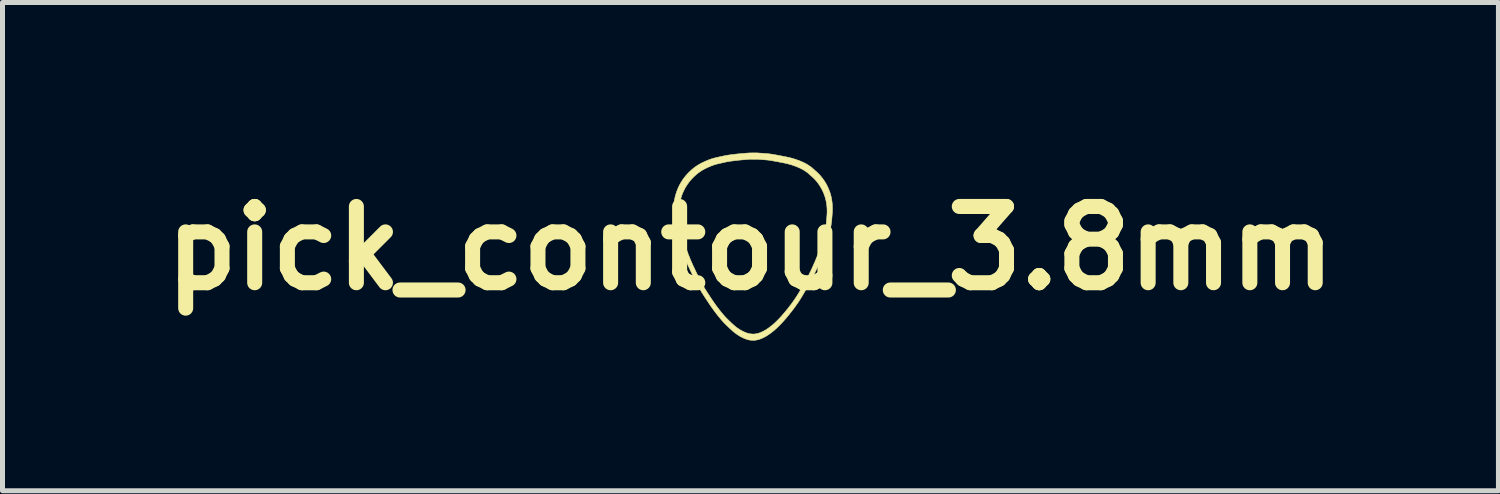
<source format=kicad_pcb>
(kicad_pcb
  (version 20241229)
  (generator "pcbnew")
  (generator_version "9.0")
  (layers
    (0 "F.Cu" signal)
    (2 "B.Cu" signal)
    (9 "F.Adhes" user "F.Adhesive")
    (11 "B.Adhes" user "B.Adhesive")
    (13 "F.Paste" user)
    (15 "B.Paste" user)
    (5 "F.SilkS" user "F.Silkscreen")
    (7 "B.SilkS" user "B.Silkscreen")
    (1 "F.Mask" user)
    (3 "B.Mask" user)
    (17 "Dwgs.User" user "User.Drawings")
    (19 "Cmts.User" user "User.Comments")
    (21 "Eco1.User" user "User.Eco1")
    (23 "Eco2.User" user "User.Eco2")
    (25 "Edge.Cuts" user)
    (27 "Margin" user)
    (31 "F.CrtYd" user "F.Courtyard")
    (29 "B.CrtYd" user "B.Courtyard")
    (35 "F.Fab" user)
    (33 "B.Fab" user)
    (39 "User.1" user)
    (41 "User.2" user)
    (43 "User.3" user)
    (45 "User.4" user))
  (footprint "pick_contour_3.8mm"
    (layer "F.Cu")
    (at 11.945 1.91)
    (property "Reference" "pick_contour_3.8mm" (at 0 0 0) (layer "F.SilkS") (effects (font (size 1.524 1.524) (thickness 0.3))))
    (attr through_hole)
    (fp_poly (pts (xy 0.169 -1.902) (xy 0.191 -1.901) (xy 0.212 -1.899) (xy 0.231 -1.898) (xy 0.249 -1.897) (xy 0.267 -1.895) (xy 0.283 -1.894) (xy 0.298 -1.893) (xy 0.313 -1.892) (xy 0.326 -1.891) (xy 0.338 -1.89) (xy 0.35 -1.889) (xy 0.361 -1.888) (xy 0.371 -1.886) (xy 0.381 -1.885) (xy 0.39 -1.884) (xy 0.398 -1.883) (xy 0.406 -1.882) (xy 0.407 -1.882) (xy 0.413 -1.881) (xy 0.421 -1.88) (xy 0.429 -1.879) (xy 0.439 -1.877) (xy 0.449 -1.875) (xy 0.461 -1.873) (xy 0.473 -1.871) (xy 0.486 -1.869) (xy 0.5 -1.866) (xy 0.514 -1.864) (xy 0.529 -1.861) (xy 0.545 -1.858) (xy 0.561 -1.855) (xy 0.565 -1.854) (xy 0.578 -1.852) (xy 0.592 -1.849) (xy 0.605 -1.847) (xy 0.619 -1.844) (xy 0.633 -1.841) (xy 0.646 -1.839) (xy 0.659 -1.836) (xy 0.671 -1.834) (xy 0.683 -1.832) (xy 0.694 -1.829) (xy 0.705 -1.827) (xy 0.715 -1.825) (xy 0.724 -1.823) (xy 0.732 -1.822) (xy 0.739 -1.82) (xy 0.745 -1.819) (xy 0.747 -1.819) (xy 0.789 -1.809) (xy 0.83 -1.798) (xy 0.871 -1.786) (xy 0.91 -1.773) (xy 0.95 -1.759) (xy 0.988 -1.745) (xy 1.021 -1.731) (xy 1.047 -1.719) (xy 1.073 -1.707) (xy 1.098 -1.694) (xy 1.123 -1.681) (xy 1.146 -1.667) (xy 1.161 -1.657) (xy 1.172 -1.65) (xy 1.182 -1.643) (xy 1.192 -1.636) (xy 1.202 -1.629) (xy 1.211 -1.622) (xy 1.221 -1.615) (xy 1.231 -1.607) (xy 1.241 -1.598) (xy 1.251 -1.589) (xy 1.263 -1.579) (xy 1.268 -1.574) (xy 1.273 -1.569) (xy 1.279 -1.564) (xy 1.285 -1.559) (xy 1.291 -1.553) (xy 1.297 -1.548) (xy 1.302 -1.543) (xy 1.304 -1.542) (xy 1.311 -1.536) (xy 1.317 -1.53) (xy 1.323 -1.525) (xy 1.328 -1.521) (xy 1.332 -1.516) (xy 1.337 -1.512) (xy 1.341 -1.508) (xy 1.346 -1.503) (xy 1.351 -1.498) (xy 1.352 -1.497) (xy 1.376 -1.473) (xy 1.399 -1.448) (xy 1.42 -1.422) (xy 1.441 -1.396) (xy 1.461 -1.368) (xy 1.48 -1.34) (xy 1.498 -1.311) (xy 1.516 -1.281) (xy 1.532 -1.25) (xy 1.534 -1.245) (xy 1.549 -1.214) (xy 1.563 -1.182) (xy 1.575 -1.151) (xy 1.587 -1.12) (xy 1.597 -1.088) (xy 1.606 -1.056) (xy 1.614 -1.023) (xy 1.621 -0.99) (xy 1.625 -0.966) (xy 1.628 -0.944) (xy 1.631 -0.92) (xy 1.634 -0.896) (xy 1.636 -0.871) (xy 1.637 -0.846) (xy 1.638 -0.821) (xy 1.639 -0.796) (xy 1.639 -0.772) (xy 1.639 -0.768) (xy 1.639 -0.765) (xy 1.639 -0.761) (xy 1.638 -0.758) (xy 1.638 -0.755) (xy 1.638 -0.752) (xy 1.638 -0.748) (xy 1.638 -0.745) (xy 1.638 -0.741) (xy 1.638 -0.737) (xy 1.637 -0.733) (xy 1.637 -0.729) (xy 1.637 -0.723) (xy 1.636 -0.718) (xy 1.636 -0.711) (xy 1.635 -0.704) (xy 1.635 -0.697) (xy 1.634 -0.688) (xy 1.633 -0.679) (xy 1.633 -0.668) (xy 1.632 -0.657) (xy 1.631 -0.645) (xy 1.63 -0.631) (xy 1.629 -0.617) (xy 1.628 -0.616) (xy 1.627 -0.598) (xy 1.626 -0.582) (xy 1.624 -0.566) (xy 1.623 -0.551) (xy 1.621 -0.537) (xy 1.62 -0.523) (xy 1.618 -0.51) (xy 1.616 -0.497) (xy 1.615 -0.484) (xy 1.613 -0.472) (xy 1.611 -0.459) (xy 1.608 -0.447) (xy 1.606 -0.433) (xy 1.604 -0.42) (xy 1.601 -0.406) (xy 1.597 -0.386) (xy 1.592 -0.365) (xy 1.588 -0.344) (xy 1.583 -0.323) (xy 1.577 -0.301) (xy 1.572 -0.279) (xy 1.566 -0.256) (xy 1.56 -0.232) (xy 1.553 -0.208) (xy 1.546 -0.183) (xy 1.538 -0.157) (xy 1.53 -0.129) (xy 1.527 -0.119) (xy 1.519 -0.09) (xy 1.51 -0.06) (xy 1.5 -0.031) (xy 1.491 -0.002) (xy 1.481 0.027) (xy 1.47 0.057) (xy 1.459 0.086) (xy 1.448 0.116) (xy 1.436 0.147) (xy 1.424 0.178) (xy 1.412 0.209) (xy 1.398 0.242) (xy 1.384 0.274) (xy 1.37 0.308) (xy 1.355 0.342) (xy 1.339 0.378) (xy 1.323 0.414) (xy 1.317 0.428) (xy 1.306 0.451) (xy 1.295 0.474) (xy 1.284 0.497) (xy 1.274 0.519) (xy 1.263 0.542) (xy 1.251 0.564) (xy 1.24 0.587) (xy 1.228 0.61) (xy 1.216 0.633) (xy 1.204 0.656) (xy 1.191 0.68) (xy 1.177 0.705) (xy 1.163 0.73) (xy 1.149 0.756) (xy 1.133 0.783) (xy 1.122 0.804) (xy 1.117 0.813) (xy 1.111 0.822) (xy 1.106 0.832) (xy 1.1 0.842) (xy 1.094 0.852) (xy 1.088 0.863) (xy 1.082 0.874) (xy 1.075 0.884) (xy 1.069 0.895) (xy 1.063 0.905) (xy 1.057 0.916) (xy 1.052 0.925) (xy 1.046 0.934) (xy 1.041 0.943) (xy 1.037 0.951) (xy 1.033 0.958) (xy 1.029 0.964) (xy 1.026 0.968) (xy 1.005 1.003) (xy 0.982 1.038) (xy 0.959 1.074) (xy 0.935 1.109) (xy 0.909 1.145) (xy 0.883 1.182) (xy 0.856 1.218) (xy 0.828 1.255) (xy 0.798 1.292) (xy 0.768 1.33) (xy 0.737 1.368) (xy 0.713 1.397) (xy 0.688 1.425) (xy 0.665 1.452) (xy 0.641 1.478) (xy 0.618 1.503) (xy 0.596 1.526) (xy 0.573 1.549) (xy 0.551 1.571) (xy 0.529 1.592) (xy 0.507 1.612) (xy 0.484 1.633) (xy 0.46 1.653) (xy 0.436 1.672) (xy 0.413 1.69) (xy 0.39 1.707) (xy 0.366 1.724) (xy 0.343 1.739) (xy 0.321 1.753) (xy 0.298 1.766) (xy 0.276 1.778) (xy 0.254 1.789) (xy 0.232 1.799) (xy 0.211 1.808) (xy 0.19 1.816) (xy 0.173 1.821) (xy 0.162 1.825) (xy 0.15 1.828) (xy 0.139 1.83) (xy 0.127 1.833) (xy 0.114 1.835) (xy 0.101 1.838) (xy 0.091 1.839) (xy 0.087 1.839) (xy 0.082 1.84) (xy 0.076 1.84) (xy 0.07 1.841) (xy 0.064 1.841) (xy 0.058 1.841) (xy 0.053 1.841) (xy 0.048 1.841) (xy 0.045 1.841) (xy 0.035 1.84) (xy 0.026 1.84) (xy 0.018 1.839) (xy 0.011 1.838) (xy 0.005 1.838) (xy -0.001 1.837) (xy -0.007 1.836) (xy -0.013 1.835) (xy -0.018 1.834) (xy -0.024 1.833) (xy -0.03 1.832) (xy -0.031 1.832) (xy -0.047 1.828) (xy -0.064 1.824) (xy -0.081 1.818) (xy -0.098 1.812) (xy -0.116 1.805) (xy -0.135 1.797) (xy -0.154 1.788) (xy -0.174 1.778) (xy -0.203 1.763) (xy -0.231 1.746) (xy -0.258 1.729) (xy -0.285 1.71) (xy -0.311 1.691) (xy -0.336 1.671) (xy -0.346 1.663) (xy -0.354 1.656) (xy -0.363 1.648) (xy -0.372 1.639) (xy -0.382 1.63) (xy -0.393 1.621) (xy -0.404 1.61) (xy -0.415 1.6) (xy -0.426 1.589) (xy -0.437 1.579) (xy -0.449 1.568) (xy -0.46 1.557) (xy -0.471 1.546) (xy -0.482 1.536) (xy -0.492 1.526) (xy -0.502 1.516) (xy -0.512 1.506) (xy -0.52 1.498) (xy -0.528 1.49) (xy -0.535 1.483) (xy -0.544 1.472) (xy -0.555 1.461) (xy -0.566 1.448) (xy -0.577 1.435) (xy -0.589 1.421) (xy -0.602 1.406) (xy -0.614 1.391) (xy -0.627 1.375) (xy -0.64 1.359) (xy -0.654 1.343) (xy -0.667 1.326) (xy -0.68 1.309) (xy -0.693 1.292) (xy -0.706 1.275) (xy -0.719 1.258) (xy -0.731 1.241) (xy -0.742 1.226) (xy -0.748 1.218) (xy -0.754 1.21) (xy -0.76 1.202) (xy -0.765 1.195) (xy -0.77 1.187) (xy -0.776 1.18) (xy -0.781 1.172) (xy -0.787 1.164) (xy -0.792 1.156) (xy -0.798 1.147) (xy -0.804 1.138) (xy -0.811 1.128) (xy -0.818 1.118) (xy -0.826 1.107) (xy -0.834 1.095) (xy -0.842 1.082) (xy -0.845 1.077) (xy -0.86 1.055) (xy -0.874 1.034) (xy -0.887 1.014) (xy -0.9 0.995) (xy -0.912 0.977) (xy -0.923 0.959) (xy -0.934 0.942) (xy -0.945 0.925) (xy -0.955 0.909) (xy -0.965 0.894) (xy -0.974 0.879) (xy -0.983 0.864) (xy -0.992 0.849) (xy -1.001 0.834) (xy -1.009 0.82) (xy -1.017 0.805) (xy -1.026 0.791) (xy -1.034 0.776) (xy -1.042 0.761) (xy -1.05 0.746) (xy -1.058 0.731) (xy -1.067 0.715) (xy -1.075 0.699) (xy -1.084 0.682) (xy -1.093 0.664) (xy -1.102 0.646) (xy -1.111 0.627) (xy -1.115 0.62) (xy -1.123 0.603) (xy -1.132 0.586) (xy -1.141 0.568) (xy -1.15 0.549) (xy -1.159 0.531) (xy -1.168 0.512) (xy -1.177 0.493) (xy -1.186 0.474) (xy -1.195 0.455) (xy -1.204 0.436) (xy -1.213 0.417) (xy -1.221 0.399) (xy -1.229 0.382) (xy -1.237 0.365) (xy -1.245 0.349) (xy -1.252 0.333) (xy -1.258 0.319) (xy -1.264 0.305) (xy -1.265 0.303) (xy -1.288 0.249) (xy -1.31 0.195) (xy -1.332 0.142) (xy -1.352 0.089) (xy -1.371 0.037) (xy -1.389 -0.016) (xy -1.406 -0.069) (xy -1.422 -0.122) (xy -1.437 -0.175) (xy -1.451 -0.228) (xy -1.465 -0.282) (xy -1.478 -0.336) (xy -1.49 -0.391) (xy -1.498 -0.432) (xy -1.502 -0.45) (xy -1.505 -0.466) (xy -1.508 -0.481) (xy -1.51 -0.495) (xy -1.513 -0.509) (xy -1.515 -0.521) (xy -1.517 -0.533) (xy -1.519 -0.544) (xy -1.52 -0.554) (xy -1.521 -0.564) (xy -1.523 -0.574) (xy -1.524 -0.582) (xy -1.524 -0.591) (xy -1.525 -0.6) (xy -1.526 -0.608) (xy -1.526 -0.616) (xy -1.526 -0.618) (xy -1.527 -0.635) (xy -1.528 -0.651) (xy -1.529 -0.665) (xy -1.53 -0.678) (xy -1.531 -0.69) (xy -1.532 -0.701) (xy -1.533 -0.711) (xy -1.534 -0.717) (xy -1.536 -0.731) (xy -1.536 -0.784) (xy -1.536 -0.785) (xy -1.428 -0.785) (xy -1.428 -0.68) (xy -1.426 -0.667) (xy -1.426 -0.661) (xy -1.425 -0.653) (xy -1.424 -0.644) (xy -1.423 -0.634) (xy -1.422 -0.623) (xy -1.421 -0.61) (xy -1.42 -0.597) (xy -1.42 -0.582) (xy -1.42 -0.578) (xy -1.419 -0.57) (xy -1.419 -0.563) (xy -1.418 -0.556) (xy -1.417 -0.548) (xy -1.417 -0.541) (xy -1.416 -0.533) (xy -1.415 -0.526) (xy -1.414 -0.517) (xy -1.412 -0.509) (xy -1.411 -0.5) (xy -1.409 -0.49) (xy -1.407 -0.479) (xy -1.405 -0.467) (xy -1.403 -0.455) (xy -1.4 -0.441) (xy -1.4 -0.439) (xy -1.39 -0.386) (xy -1.379 -0.334) (xy -1.367 -0.283) (xy -1.355 -0.232) (xy -1.341 -0.182) (xy -1.327 -0.132) (xy -1.312 -0.083) (xy -1.297 -0.033) (xy -1.28 0.016) (xy -1.262 0.066) (xy -1.244 0.116) (xy -1.224 0.165) (xy -1.204 0.216) (xy -1.182 0.267) (xy -1.18 0.272) (xy -1.174 0.285) (xy -1.168 0.299) (xy -1.161 0.314) (xy -1.154 0.331) (xy -1.146 0.348) (xy -1.137 0.366) (xy -1.128 0.385) (xy -1.126 0.389) (xy -1.124 0.395) (xy -1.121 0.401) (xy -1.118 0.407) (xy -1.116 0.412) (xy -1.113 0.417) (xy -1.111 0.421) (xy -1.11 0.425) (xy -1.109 0.426) (xy -1.102 0.44) (xy -1.095 0.456) (xy -1.088 0.471) (xy -1.08 0.487) (xy -1.072 0.504) (xy -1.064 0.521) (xy -1.055 0.537) (xy -1.047 0.554) (xy -1.039 0.57) (xy -1.032 0.585) (xy -1.024 0.6) (xy -1.017 0.614) (xy -1.011 0.626) (xy -1.003 0.642) (xy -0.995 0.657) (xy -0.987 0.672) (xy -0.979 0.686) (xy -0.972 0.7) (xy -0.965 0.714) (xy -0.957 0.727) (xy -0.95 0.74) (xy -0.943 0.753) (xy -0.935 0.766) (xy -0.928 0.779) (xy -0.92 0.792) (xy -0.912 0.806) (xy -0.904 0.819) (xy -0.895 0.833) (xy -0.886 0.847) (xy -0.877 0.861) (xy -0.868 0.876) (xy -0.858 0.892) (xy -0.847 0.908) (xy -0.836 0.925) (xy -0.824 0.943) (xy -0.812 0.962) (xy -0.799 0.981) (xy -0.787 0.999) (xy -0.778 1.012) (xy -0.77 1.025) (xy -0.762 1.037) (xy -0.754 1.048) (xy -0.747 1.059) (xy -0.74 1.069) (xy -0.734 1.078) (xy -0.728 1.087) (xy -0.722 1.095) (xy -0.716 1.103) (xy -0.71 1.112) (xy -0.705 1.12) (xy -0.699 1.128) (xy -0.693 1.136) (xy -0.687 1.144) (xy -0.681 1.152) (xy -0.676 1.159) (xy -0.664 1.175) (xy -0.651 1.192) (xy -0.638 1.209) (xy -0.625 1.226) (xy -0.611 1.243) (xy -0.598 1.26) (xy -0.585 1.277) (xy -0.571 1.293) (xy -0.558 1.309) (xy -0.545 1.324) (xy -0.533 1.338) (xy -0.522 1.352) (xy -0.518 1.356) (xy -0.511 1.363) (xy -0.504 1.371) (xy -0.496 1.379) (xy -0.488 1.388) (xy -0.479 1.397) (xy -0.469 1.407) (xy -0.459 1.417) (xy -0.448 1.428) (xy -0.437 1.439) (xy -0.426 1.45) (xy -0.415 1.46) (xy -0.403 1.471) (xy -0.392 1.482) (xy -0.381 1.493) (xy -0.37 1.503) (xy -0.359 1.513) (xy -0.348 1.522) (xy -0.338 1.531) (xy -0.329 1.54) (xy -0.32 1.547) (xy -0.319 1.548) (xy -0.294 1.569) (xy -0.269 1.588) (xy -0.243 1.606) (xy -0.216 1.624) (xy -0.189 1.64) (xy -0.161 1.655) (xy -0.153 1.659) (xy -0.138 1.666) (xy -0.123 1.673) (xy -0.109 1.679) (xy -0.096 1.685) (xy -0.083 1.69) (xy -0.07 1.694) (xy -0.058 1.698) (xy -0.046 1.701) (xy -0.033 1.704) (xy -0.029 1.706) (xy -0.022 1.707) (xy -0.015 1.708) (xy -0.008 1.709) (xy -0.001 1.71) (xy 0.007 1.711) (xy 0.015 1.712) (xy 0.024 1.713) (xy 0.034 1.714) (xy 0.045 1.715) (xy 0.047 1.715) (xy 0.051 1.715) (xy 0.055 1.715) (xy 0.06 1.715) (xy 0.064 1.715) (xy 0.069 1.714) (xy 0.073 1.714) (xy 0.077 1.714) (xy 0.079 1.714) (xy 0.09 1.713) (xy 0.102 1.711) (xy 0.114 1.709) (xy 0.127 1.706) (xy 0.14 1.703) (xy 0.152 1.7) (xy 0.164 1.697) (xy 0.17 1.695) (xy 0.188 1.689) (xy 0.207 1.681) (xy 0.227 1.673) (xy 0.246 1.663) (xy 0.267 1.653) (xy 0.287 1.642) (xy 0.307 1.63) (xy 0.328 1.617) (xy 0.348 1.603) (xy 0.354 1.599) (xy 0.378 1.582) (xy 0.401 1.564) (xy 0.425 1.545) (xy 0.449 1.526) (xy 0.472 1.505) (xy 0.496 1.483) (xy 0.52 1.46) (xy 0.544 1.436) (xy 0.569 1.411) (xy 0.593 1.385) (xy 0.618 1.358) (xy 0.636 1.337) (xy 0.662 1.307) (xy 0.688 1.277) (xy 0.713 1.246) (xy 0.739 1.215) (xy 0.763 1.184) (xy 0.787 1.153) (xy 0.811 1.122) (xy 0.834 1.091) (xy 0.856 1.06) (xy 0.877 1.03) (xy 0.894 1.005) (xy 0.9 0.996) (xy 0.906 0.988) (xy 0.911 0.979) (xy 0.916 0.971) (xy 0.922 0.963) (xy 0.927 0.955) (xy 0.932 0.946) (xy 0.938 0.938) (xy 0.943 0.929) (xy 0.949 0.92) (xy 0.955 0.91) (xy 0.961 0.9) (xy 0.967 0.89) (xy 0.974 0.878) (xy 0.981 0.866) (xy 0.988 0.854) (xy 0.996 0.84) (xy 1.004 0.826) (xy 1.013 0.81) (xy 1.023 0.794) (xy 1.045 0.756) (xy 1.066 0.719) (xy 1.086 0.683) (xy 1.105 0.647) (xy 1.124 0.613) (xy 1.142 0.579) (xy 1.159 0.546) (xy 1.175 0.515) (xy 1.19 0.483) (xy 1.205 0.453) (xy 1.219 0.424) (xy 1.219 0.423) (xy 1.238 0.382) (xy 1.256 0.342) (xy 1.273 0.303) (xy 1.29 0.265) (xy 1.305 0.228) (xy 1.32 0.192) (xy 1.334 0.157) (xy 1.348 0.123) (xy 1.36 0.09) (xy 1.362 0.086) (xy 1.37 0.064) (xy 1.377 0.042) (xy 1.385 0.021) (xy 1.392 -0.000173) (xy 1.399 -0.022) (xy 1.406 -0.043) (xy 1.413 -0.066) (xy 1.42 -0.089) (xy 1.428 -0.112) (xy 1.435 -0.137) (xy 1.442 -0.162) (xy 1.451 -0.194) (xy 1.46 -0.226) (xy 1.468 -0.256) (xy 1.475 -0.286) (xy 1.482 -0.314) (xy 1.488 -0.342) (xy 1.494 -0.368) (xy 1.499 -0.394) (xy 1.503 -0.418) (xy 1.507 -0.441) (xy 1.51 -0.461) (xy 1.511 -0.472) (xy 1.513 -0.482) (xy 1.514 -0.492) (xy 1.515 -0.502) (xy 1.516 -0.512) (xy 1.517 -0.522) (xy 1.518 -0.533) (xy 1.519 -0.545) (xy 1.52 -0.557) (xy 1.52 -0.559) (xy 1.521 -0.566) (xy 1.522 -0.575) (xy 1.522 -0.583) (xy 1.523 -0.592) (xy 1.524 -0.601) (xy 1.524 -0.609) (xy 1.525 -0.615) (xy 1.526 -0.628) (xy 1.527 -0.64) (xy 1.528 -0.651) (xy 1.528 -0.661) (xy 1.529 -0.67) (xy 1.53 -0.679) (xy 1.53 -0.686) (xy 1.531 -0.694) (xy 1.531 -0.7) (xy 1.531 -0.706) (xy 1.531 -0.712) (xy 1.531 -0.718) (xy 1.532 -0.724) (xy 1.532 -0.73) (xy 1.532 -0.736) (xy 1.531 -0.742) (xy 1.531 -0.746) (xy 1.531 -0.769) (xy 1.53 -0.791) (xy 1.529 -0.811) (xy 1.527 -0.831) (xy 1.526 -0.851) (xy 1.523 -0.87) (xy 1.521 -0.89) (xy 1.517 -0.909) (xy 1.514 -0.928) (xy 1.511 -0.942) (xy 1.504 -0.973) (xy 1.496 -1.005) (xy 1.486 -1.036) (xy 1.475 -1.067) (xy 1.464 -1.097) (xy 1.451 -1.128) (xy 1.437 -1.157) (xy 1.422 -1.187) (xy 1.405 -1.215) (xy 1.388 -1.244) (xy 1.37 -1.271) (xy 1.352 -1.297) (xy 1.332 -1.323) (xy 1.313 -1.346) (xy 1.306 -1.354) (xy 1.299 -1.361) (xy 1.292 -1.369) (xy 1.285 -1.377) (xy 1.277 -1.385) (xy 1.269 -1.393) (xy 1.264 -1.398) (xy 1.259 -1.403) (xy 1.254 -1.408) (xy 1.25 -1.412) (xy 1.245 -1.416) (xy 1.24 -1.421) (xy 1.235 -1.425) (xy 1.23 -1.43) (xy 1.223 -1.436) (xy 1.22 -1.438) (xy 1.216 -1.442) (xy 1.211 -1.446) (xy 1.206 -1.451) (xy 1.201 -1.456) (xy 1.195 -1.461) (xy 1.19 -1.466) (xy 1.187 -1.468) (xy 1.183 -1.472) (xy 1.178 -1.476) (xy 1.174 -1.48) (xy 1.17 -1.484) (xy 1.166 -1.487) (xy 1.163 -1.49) (xy 1.161 -1.492) (xy 1.14 -1.509) (xy 1.118 -1.525) (xy 1.096 -1.541) (xy 1.072 -1.556) (xy 1.047 -1.571) (xy 1.021 -1.585) (xy 0.994 -1.598) (xy 0.971 -1.609) (xy 0.938 -1.623) (xy 0.905 -1.636) (xy 0.87 -1.649) (xy 0.835 -1.661) (xy 0.799 -1.672) (xy 0.763 -1.682) (xy 0.726 -1.691) (xy 0.703 -1.697) (xy 0.697 -1.698) (xy 0.69 -1.699) (xy 0.682 -1.701) (xy 0.673 -1.703) (xy 0.664 -1.705) (xy 0.653 -1.707) (xy 0.642 -1.709) (xy 0.63 -1.712) (xy 0.617 -1.714) (xy 0.604 -1.717) (xy 0.591 -1.719) (xy 0.578 -1.722) (xy 0.564 -1.724) (xy 0.551 -1.727) (xy 0.537 -1.73) (xy 0.523 -1.732) (xy 0.51 -1.735) (xy 0.497 -1.737) (xy 0.485 -1.739) (xy 0.472 -1.741) (xy 0.471 -1.742) (xy 0.458 -1.744) (xy 0.446 -1.746) (xy 0.435 -1.748) (xy 0.425 -1.75) (xy 0.415 -1.752) (xy 0.407 -1.753) (xy 0.399 -1.754) (xy 0.391 -1.755) (xy 0.384 -1.757) (xy 0.377 -1.757) (xy 0.37 -1.758) (xy 0.363 -1.759) (xy 0.356 -1.76) (xy 0.349 -1.761) (xy 0.342 -1.762) (xy 0.337 -1.762) (xy 0.332 -1.763) (xy 0.326 -1.763) (xy 0.319 -1.764) (xy 0.311 -1.764) (xy 0.302 -1.765) (xy 0.292 -1.766) (xy 0.282 -1.767) (xy 0.272 -1.768) (xy 0.262 -1.768) (xy 0.251 -1.769) (xy 0.24 -1.77) (xy 0.23 -1.771) (xy 0.22 -1.771) (xy 0.21 -1.772) (xy 0.201 -1.773) (xy 0.192 -1.773) (xy 0.189 -1.774) (xy 0.183 -1.774) (xy 0.177 -1.774) (xy 0.169 -1.775) (xy 0.162 -1.775) (xy 0.155 -1.776) (xy 0.149 -1.776) (xy 0.149 -1.776) (xy 0.145 -1.776) (xy 0.142 -1.777) (xy 0.139 -1.777) (xy 0.136 -1.777) (xy 0.133 -1.777) (xy 0.129 -1.777) (xy 0.126 -1.777) (xy 0.122 -1.777) (xy 0.118 -1.778) (xy 0.113 -1.778) (xy 0.108 -1.778) (xy 0.102 -1.778) (xy 0.095 -1.778) (xy 0.087 -1.778) (xy 0.078 -1.778) (xy 0.068 -1.778) (xy 0.061 -1.778) (xy 0.049 -1.778) (xy 0.039 -1.778) (xy 0.03 -1.778) (xy 0.022 -1.778) (xy 0.015 -1.777) (xy 0.008 -1.777) (xy 0.002 -1.777) (xy -0.004 -1.777) (xy -0.009 -1.777) (xy -0.015 -1.777) (xy -0.02 -1.777) (xy -0.025 -1.776) (xy -0.031 -1.776) (xy -0.037 -1.776) (xy -0.043 -1.775) (xy -0.05 -1.775) (xy -0.058 -1.774) (xy -0.067 -1.773) (xy -0.076 -1.773) (xy -0.076 -1.773) (xy -0.092 -1.771) (xy -0.106 -1.77) (xy -0.12 -1.769) (xy -0.132 -1.768) (xy -0.144 -1.767) (xy -0.155 -1.766) (xy -0.165 -1.765) (xy -0.174 -1.765) (xy -0.183 -1.764) (xy -0.192 -1.763) (xy -0.2 -1.762) (xy -0.207 -1.762) (xy -0.215 -1.761) (xy -0.223 -1.76) (xy -0.23 -1.759) (xy -0.238 -1.758) (xy -0.246 -1.758) (xy -0.254 -1.757) (xy -0.256 -1.756) (xy -0.278 -1.754) (xy -0.299 -1.752) (xy -0.319 -1.749) (xy -0.338 -1.747) (xy -0.356 -1.744) (xy -0.374 -1.742) (xy -0.39 -1.74) (xy -0.407 -1.737) (xy -0.423 -1.735) (xy -0.438 -1.732) (xy -0.453 -1.73) (xy -0.469 -1.727) (xy -0.484 -1.724) (xy -0.5 -1.721) (xy -0.515 -1.717) (xy -0.531 -1.714) (xy -0.548 -1.71) (xy -0.565 -1.706) (xy -0.578 -1.703) (xy -0.583 -1.702) (xy -0.589 -1.701) (xy -0.595 -1.699) (xy -0.6 -1.698) (xy -0.605 -1.697) (xy -0.609 -1.696) (xy -0.61 -1.696) (xy -0.628 -1.692) (xy -0.646 -1.688) (xy -0.662 -1.684) (xy -0.677 -1.68) (xy -0.692 -1.676) (xy -0.705 -1.672) (xy -0.718 -1.668) (xy -0.73 -1.664) (xy -0.736 -1.662) (xy -0.766 -1.651) (xy -0.795 -1.64) (xy -0.822 -1.628) (xy -0.849 -1.617) (xy -0.875 -1.605) (xy -0.899 -1.593) (xy -0.923 -1.581) (xy -0.946 -1.568) (xy -0.968 -1.555) (xy -0.99 -1.541) (xy -1.011 -1.527) (xy -1.018 -1.522) (xy -1.038 -1.508) (xy -1.058 -1.493) (xy -1.078 -1.476) (xy -1.097 -1.459) (xy -1.117 -1.441) (xy -1.136 -1.423) (xy -1.155 -1.403) (xy -1.174 -1.384) (xy -1.191 -1.364) (xy -1.205 -1.348) (xy -1.227 -1.32) (xy -1.248 -1.292) (xy -1.268 -1.264) (xy -1.286 -1.235) (xy -1.304 -1.205) (xy -1.32 -1.175) (xy -1.335 -1.144) (xy -1.35 -1.112) (xy -1.363 -1.08) (xy -1.375 -1.047) (xy -1.385 -1.013) (xy -1.391 -0.995) (xy -1.399 -0.966) (xy -1.405 -0.937) (xy -1.411 -0.908) (xy -1.416 -0.88) (xy -1.42 -0.852) (xy -1.423 -0.827) (xy -1.423 -0.821) (xy -1.424 -0.816) (xy -1.424 -0.812) (xy -1.424 -0.808) (xy -1.425 -0.805) (xy -1.425 -0.803) (xy -1.425 -0.8) (xy -1.426 -0.798) (xy -1.426 -0.796) (xy -1.427 -0.794) (xy -1.428 -0.785) (xy -1.536 -0.785) (xy -1.536 -0.838) (xy -1.535 -0.846) (xy -1.534 -0.85) (xy -1.533 -0.853) (xy -1.533 -0.856) (xy -1.532 -0.859) (xy -1.532 -0.862) (xy -1.531 -0.865) (xy -1.531 -0.869) (xy -1.531 -0.874) (xy -1.53 -0.879) (xy -1.53 -0.88) (xy -1.527 -0.91) (xy -1.523 -0.94) (xy -1.518 -0.969) (xy -1.512 -0.999) (xy -1.505 -1.028) (xy -1.497 -1.058) (xy -1.488 -1.088) (xy -1.481 -1.111) (xy -1.469 -1.145) (xy -1.456 -1.179) (xy -1.442 -1.212) (xy -1.426 -1.245) (xy -1.41 -1.276) (xy -1.392 -1.308) (xy -1.373 -1.338) (xy -1.354 -1.368) (xy -1.333 -1.397) (xy -1.311 -1.426) (xy -1.288 -1.454) (xy -1.263 -1.482) (xy -1.238 -1.508) (xy -1.212 -1.534) (xy -1.184 -1.56) (xy -1.165 -1.577) (xy -1.144 -1.594) (xy -1.122 -1.611) (xy -1.1 -1.627) (xy -1.078 -1.643) (xy -1.054 -1.658) (xy -1.03 -1.673) (xy -1.005 -1.687) (xy -0.979 -1.701) (xy -0.953 -1.714) (xy -0.925 -1.727) (xy -0.896 -1.74) (xy -0.867 -1.752) (xy -0.836 -1.765) (xy -0.803 -1.777) (xy -0.799 -1.778) (xy -0.789 -1.782) (xy -0.78 -1.785) (xy -0.771 -1.788) (xy -0.761 -1.791) (xy -0.752 -1.794) (xy -0.742 -1.796) (xy -0.732 -1.799) (xy -0.721 -1.802) (xy -0.71 -1.805) (xy -0.697 -1.808) (xy -0.684 -1.811) (xy -0.67 -1.814) (xy -0.669 -1.815) (xy -0.662 -1.816) (xy -0.654 -1.818) (xy -0.646 -1.82) (xy -0.637 -1.822) (xy -0.629 -1.824) (xy -0.621 -1.825) (xy -0.616 -1.827) (xy -0.595 -1.832) (xy -0.574 -1.836) (xy -0.555 -1.84) (xy -0.536 -1.844) (xy -0.517 -1.848) (xy -0.499 -1.851) (xy -0.481 -1.855) (xy -0.463 -1.858) (xy -0.445 -1.861) (xy -0.426 -1.863) (xy -0.407 -1.866) (xy -0.396 -1.868) (xy -0.384 -1.869) (xy -0.371 -1.871) (xy -0.357 -1.873) (xy -0.342 -1.875) (xy -0.328 -1.876) (xy -0.312 -1.878) (xy -0.297 -1.88) (xy -0.282 -1.881) (xy -0.268 -1.883) (xy -0.253 -1.885) (xy -0.24 -1.886) (xy -0.227 -1.887) (xy -0.215 -1.888) (xy -0.211 -1.889) (xy -0.204 -1.889) (xy -0.195 -1.89) (xy -0.186 -1.891) (xy -0.176 -1.892) (xy -0.166 -1.893) (xy -0.155 -1.894) (xy -0.145 -1.894) (xy -0.134 -1.895) (xy -0.123 -1.896) (xy -0.112 -1.897) (xy -0.101 -1.898) (xy -0.09 -1.899) (xy -0.08 -1.9) (xy -0.07 -1.9) (xy -0.061 -1.901) (xy -0.053 -1.902) (xy -0.045 -1.902) (xy -0.038 -1.903) (xy -0.032 -1.903) (xy -0.027 -1.904) (xy -0.023 -1.904) (xy -0.022 -1.904) (xy -0.019 -1.904) (xy -0.015 -1.904) (xy -0.009 -1.904) (xy -0.003 -1.904) (xy 0.004 -1.904) (xy 0.012 -1.904) (xy 0.021 -1.904) (xy 0.031 -1.905) (xy 0.041 -1.905) (xy 0.052 -1.905) (xy 0.063 -1.905) (xy 0.133 -1.905) (xy 0.169 -1.902)) (stroke (width 0.01) (type solid)) (fill yes) (layer "F.SilkS")))
  (gr_rect
    (start -3 -3)
    (end 26.891 6.756)
    (stroke (width 0.1) (type default))
    (fill no)
    (layer "Edge.Cuts")))
</source>
